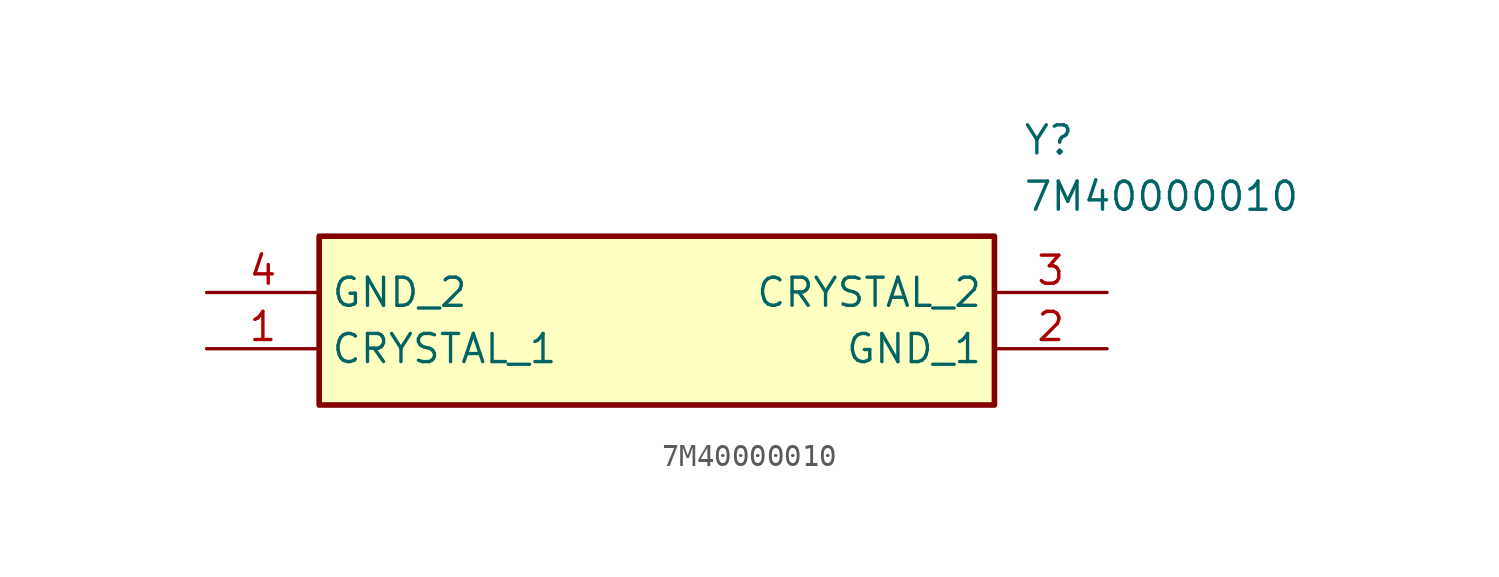
<source format=kicad_sym>
(kicad_symbol_lib
  (version 20231120)
  (generator "kicad_symbol_editor")
  (generator_version "8.0")
  (symbol "7M40000010"
    (property "Reference" "Y"
      (at 36.83 7.62 0)
      (effects (font (size 1.27 1.27)) (justify left top)))
    (property "Value" "7M40000010"
      (at 36.83 5.08 0)
      (effects (font (size 1.27 1.27)) (justify left top)))
    (symbol "7M40000010_1_1"
      (rectangle (start 5.08 2.54) (end 35.56 -5.08) (stroke (width 0.254) (type default)) (fill (type background)))
      (pin passive line (at 0 -2.54 0) (length 5.08) (name "CRYSTAL_1" (effects (font (size 1.27 1.27)))) (number "1" (effects (font (size 1.27 1.27)))))
      (pin passive line (at 40.64 -2.54 180) (length 5.08) (name "GND_1" (effects (font (size 1.27 1.27)))) (number "2" (effects (font (size 1.27 1.27)))))
      (pin passive line (at 40.64 0 180) (length 5.08) (name "CRYSTAL_2" (effects (font (size 1.27 1.27)))) (number "3" (effects (font (size 1.27 1.27)))))
      (pin passive line (at 0 0 0) (length 5.08) (name "GND_2" (effects (font (size 1.27 1.27)))) (number "4" (effects (font (size 1.27 1.27))))))))
</source>
